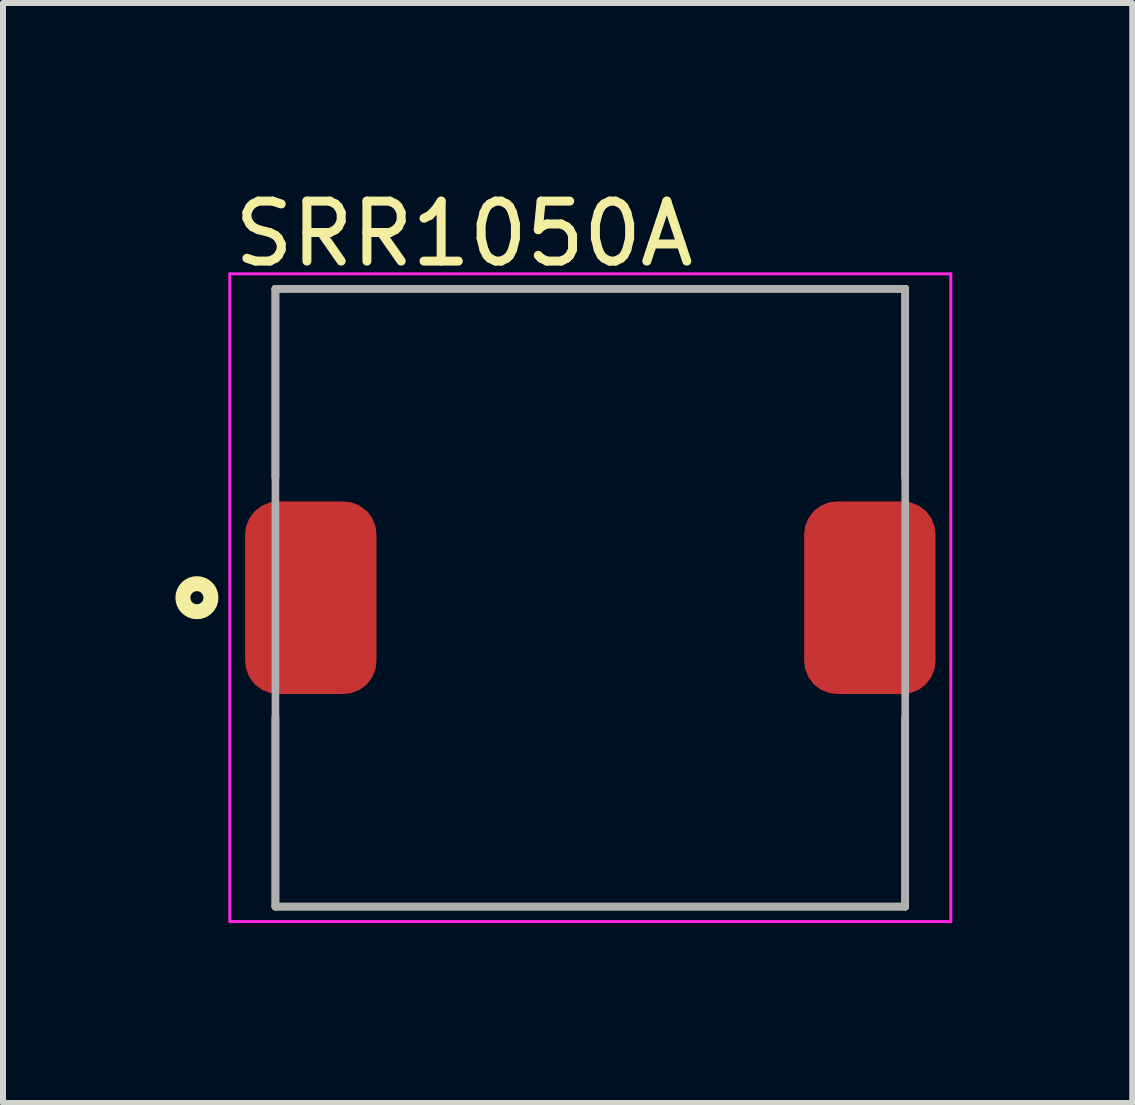
<source format=kicad_pcb>
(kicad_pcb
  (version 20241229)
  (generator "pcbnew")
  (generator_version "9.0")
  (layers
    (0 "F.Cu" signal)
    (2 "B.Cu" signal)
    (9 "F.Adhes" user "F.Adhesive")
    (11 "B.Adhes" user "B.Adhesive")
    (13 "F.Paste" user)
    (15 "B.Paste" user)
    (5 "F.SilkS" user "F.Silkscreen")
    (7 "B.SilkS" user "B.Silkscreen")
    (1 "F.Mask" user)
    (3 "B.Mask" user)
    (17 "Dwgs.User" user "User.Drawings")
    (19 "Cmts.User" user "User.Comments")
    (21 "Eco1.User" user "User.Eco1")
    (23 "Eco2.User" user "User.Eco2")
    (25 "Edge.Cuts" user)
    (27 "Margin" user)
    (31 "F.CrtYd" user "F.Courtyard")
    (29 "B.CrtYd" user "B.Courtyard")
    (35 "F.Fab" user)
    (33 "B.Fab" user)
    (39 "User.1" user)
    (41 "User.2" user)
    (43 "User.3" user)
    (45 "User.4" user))
  (footprint "SRR1050A"
    (layer "F.Cu")
    (at 6.792 6.915)
    (property "Reference" "SRR1050A" (at -2.106 -6.067 0) (layer "F.SilkS") (effects (font (size 1 1) (thickness 0.15))))
    (attr smd)
    (fp_line (start -5.25 -5.15) (end -5.25 -2) (stroke (width 0.127) (type solid)) (layer "F.SilkS"))
    (fp_line (start -5.25 -5.15) (end 5.25 -5.15) (stroke (width 0.127) (type solid)) (layer "F.SilkS"))
    (fp_line (start -5.25 2) (end -5.25 5.15) (stroke (width 0.127) (type solid)) (layer "F.SilkS"))
    (fp_line (start -5.25 5.15) (end 5.25 5.15) (stroke (width 0.127) (type solid)) (layer "F.SilkS"))
    (fp_line (start 5.25 -5.15) (end 5.25 -2) (stroke (width 0.127) (type solid)) (layer "F.SilkS"))
    (fp_line (start 5.25 2) (end 5.25 5.15) (stroke (width 0.127) (type solid)) (layer "F.SilkS"))
    (fp_circle (center -6.559 0) (end -6.45 0) (stroke (width 0.25) (type solid)) (fill no) (layer "F.SilkS"))
    (fp_line (start -6.01 -5.4) (end 6.01 -5.4) (stroke (width 0.05) (type solid)) (layer "F.CrtYd"))
    (fp_line (start -6.01 5.4) (end -6.01 -5.4) (stroke (width 0.05) (type solid)) (layer "F.CrtYd"))
    (fp_line (start 6.01 -5.4) (end 6.01 5.4) (stroke (width 0.05) (type solid)) (layer "F.CrtYd"))
    (fp_line (start 6.01 5.4) (end -6.01 5.4) (stroke (width 0.05) (type solid)) (layer "F.CrtYd"))
    (fp_line (start -5.25 -5.15) (end 5.25 -5.15) (stroke (width 0.127) (type solid)) (layer "F.Fab"))
    (fp_line (start -5.25 5.15) (end -5.25 -5.15) (stroke (width 0.127) (type solid)) (layer "F.Fab"))
    (fp_line (start 5.25 -5.15) (end 5.25 5.15) (stroke (width 0.127) (type solid)) (layer "F.Fab"))
    (fp_line (start 5.25 5.15) (end -5.25 5.15) (stroke (width 0.127) (type solid)) (layer "F.Fab"))
    (pad "1" smd roundrect (at -4.66 0) (size 2.19 3.21) (layers "F.Cu" "F.Mask" "F.Paste") (roundrect_rratio 0.25))
    (pad "2" smd roundrect (at 4.66 0) (size 2.19 3.21) (layers "F.Cu" "F.Mask" "F.Paste") (roundrect_rratio 0.25)))
  (gr_rect
    (start -3 -3)
    (end 15.827 15.34)
    (stroke (width 0.1) (type default))
    (fill no)
    (layer "Edge.Cuts")))
</source>
